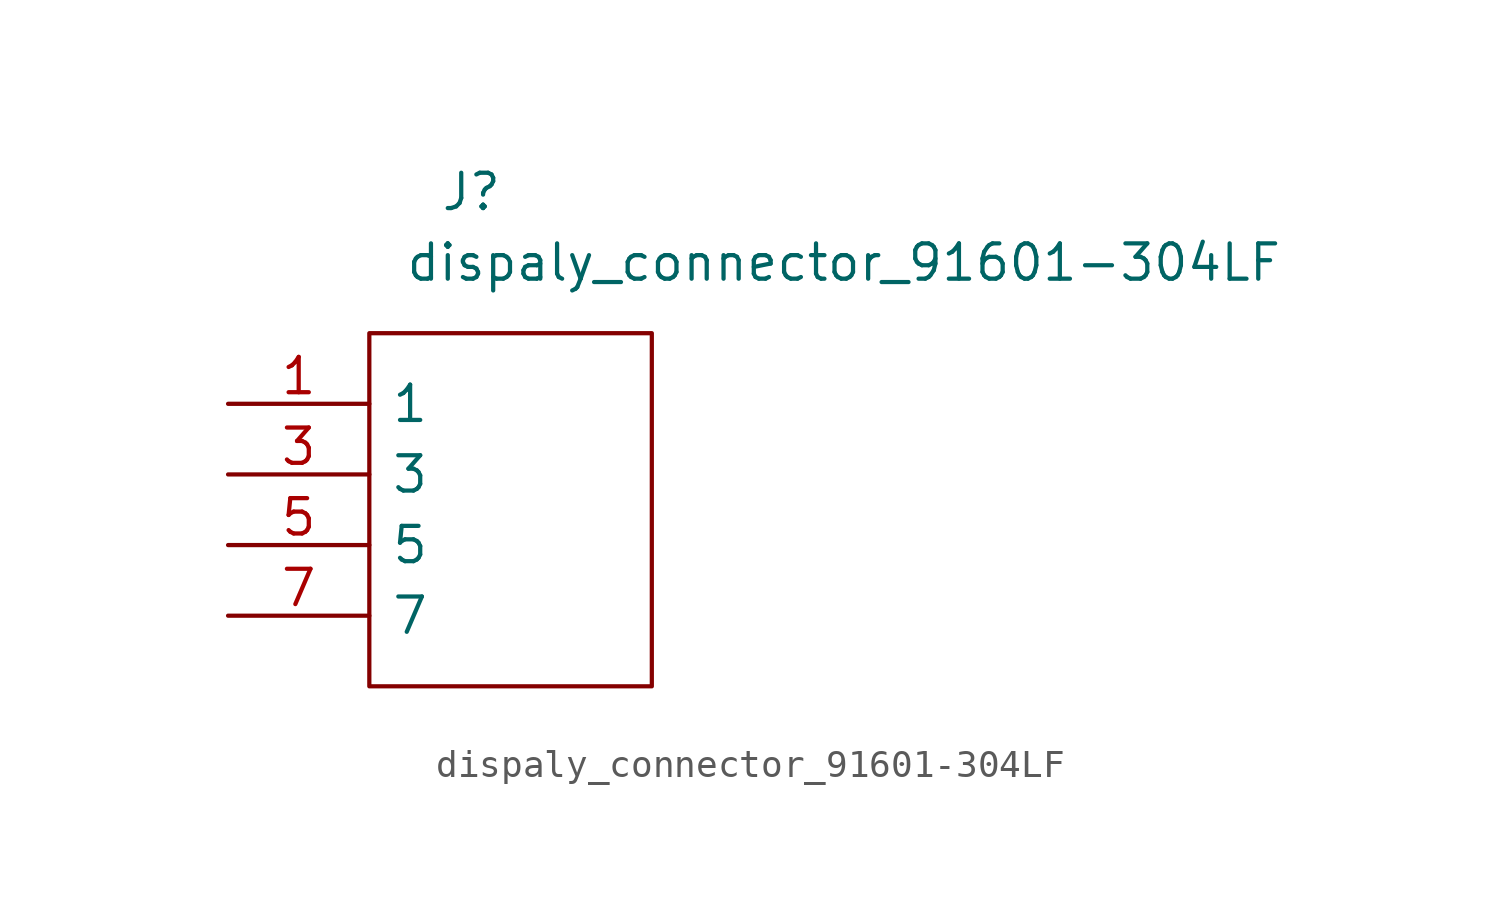
<source format=kicad_sym>
(kicad_symbol_lib
  (version 20220914)
  (generator kicad_symbol_editor)
  (symbol "dispaly_connector_91601-304LF"
    (pin_names
      (offset 0.762))
    (property "Reference" "J"
      (at 7.62 7.62 0)
      (effects (font (size 1.27 1.27)) (justify left)))
    (property "Value" "dispaly_connector_91601-304LF"
      (at 6.35 5.08 0)
      (effects (font (size 1.27 1.27)) (justify left)))
    (symbol "dispaly_connector_91601-304LF_0_0"
      (pin passive line (at 0 0 0) (length 5.08) (name "1" (effects (font (size 1.27 1.27)))) (number "1" (effects (font (size 1.27 1.27)))))
      (pin passive line (at 0 -2.54 0) (length 5.08) (name "3" (effects (font (size 1.27 1.27)))) (number "3" (effects (font (size 1.27 1.27)))))
      (pin passive line (at 0 -5.08 0) (length 5.08) (name "5" (effects (font (size 1.27 1.27)))) (number "5" (effects (font (size 1.27 1.27)))))
      (pin passive line (at 0 -7.62 0) (length 5.08) (name "7" (effects (font (size 1.27 1.27)))) (number "7" (effects (font (size 1.27 1.27))))))
    (symbol "dispaly_connector_91601-304LF_0_1"
      (polyline (pts (xy 5.08 2.54) (xy 15.24 2.54) (xy 15.24 -10.16) (xy 5.08 -10.16) (xy 5.08 2.54)) (stroke (width 0.152) (type solid)) (fill (type none))))))
</source>
